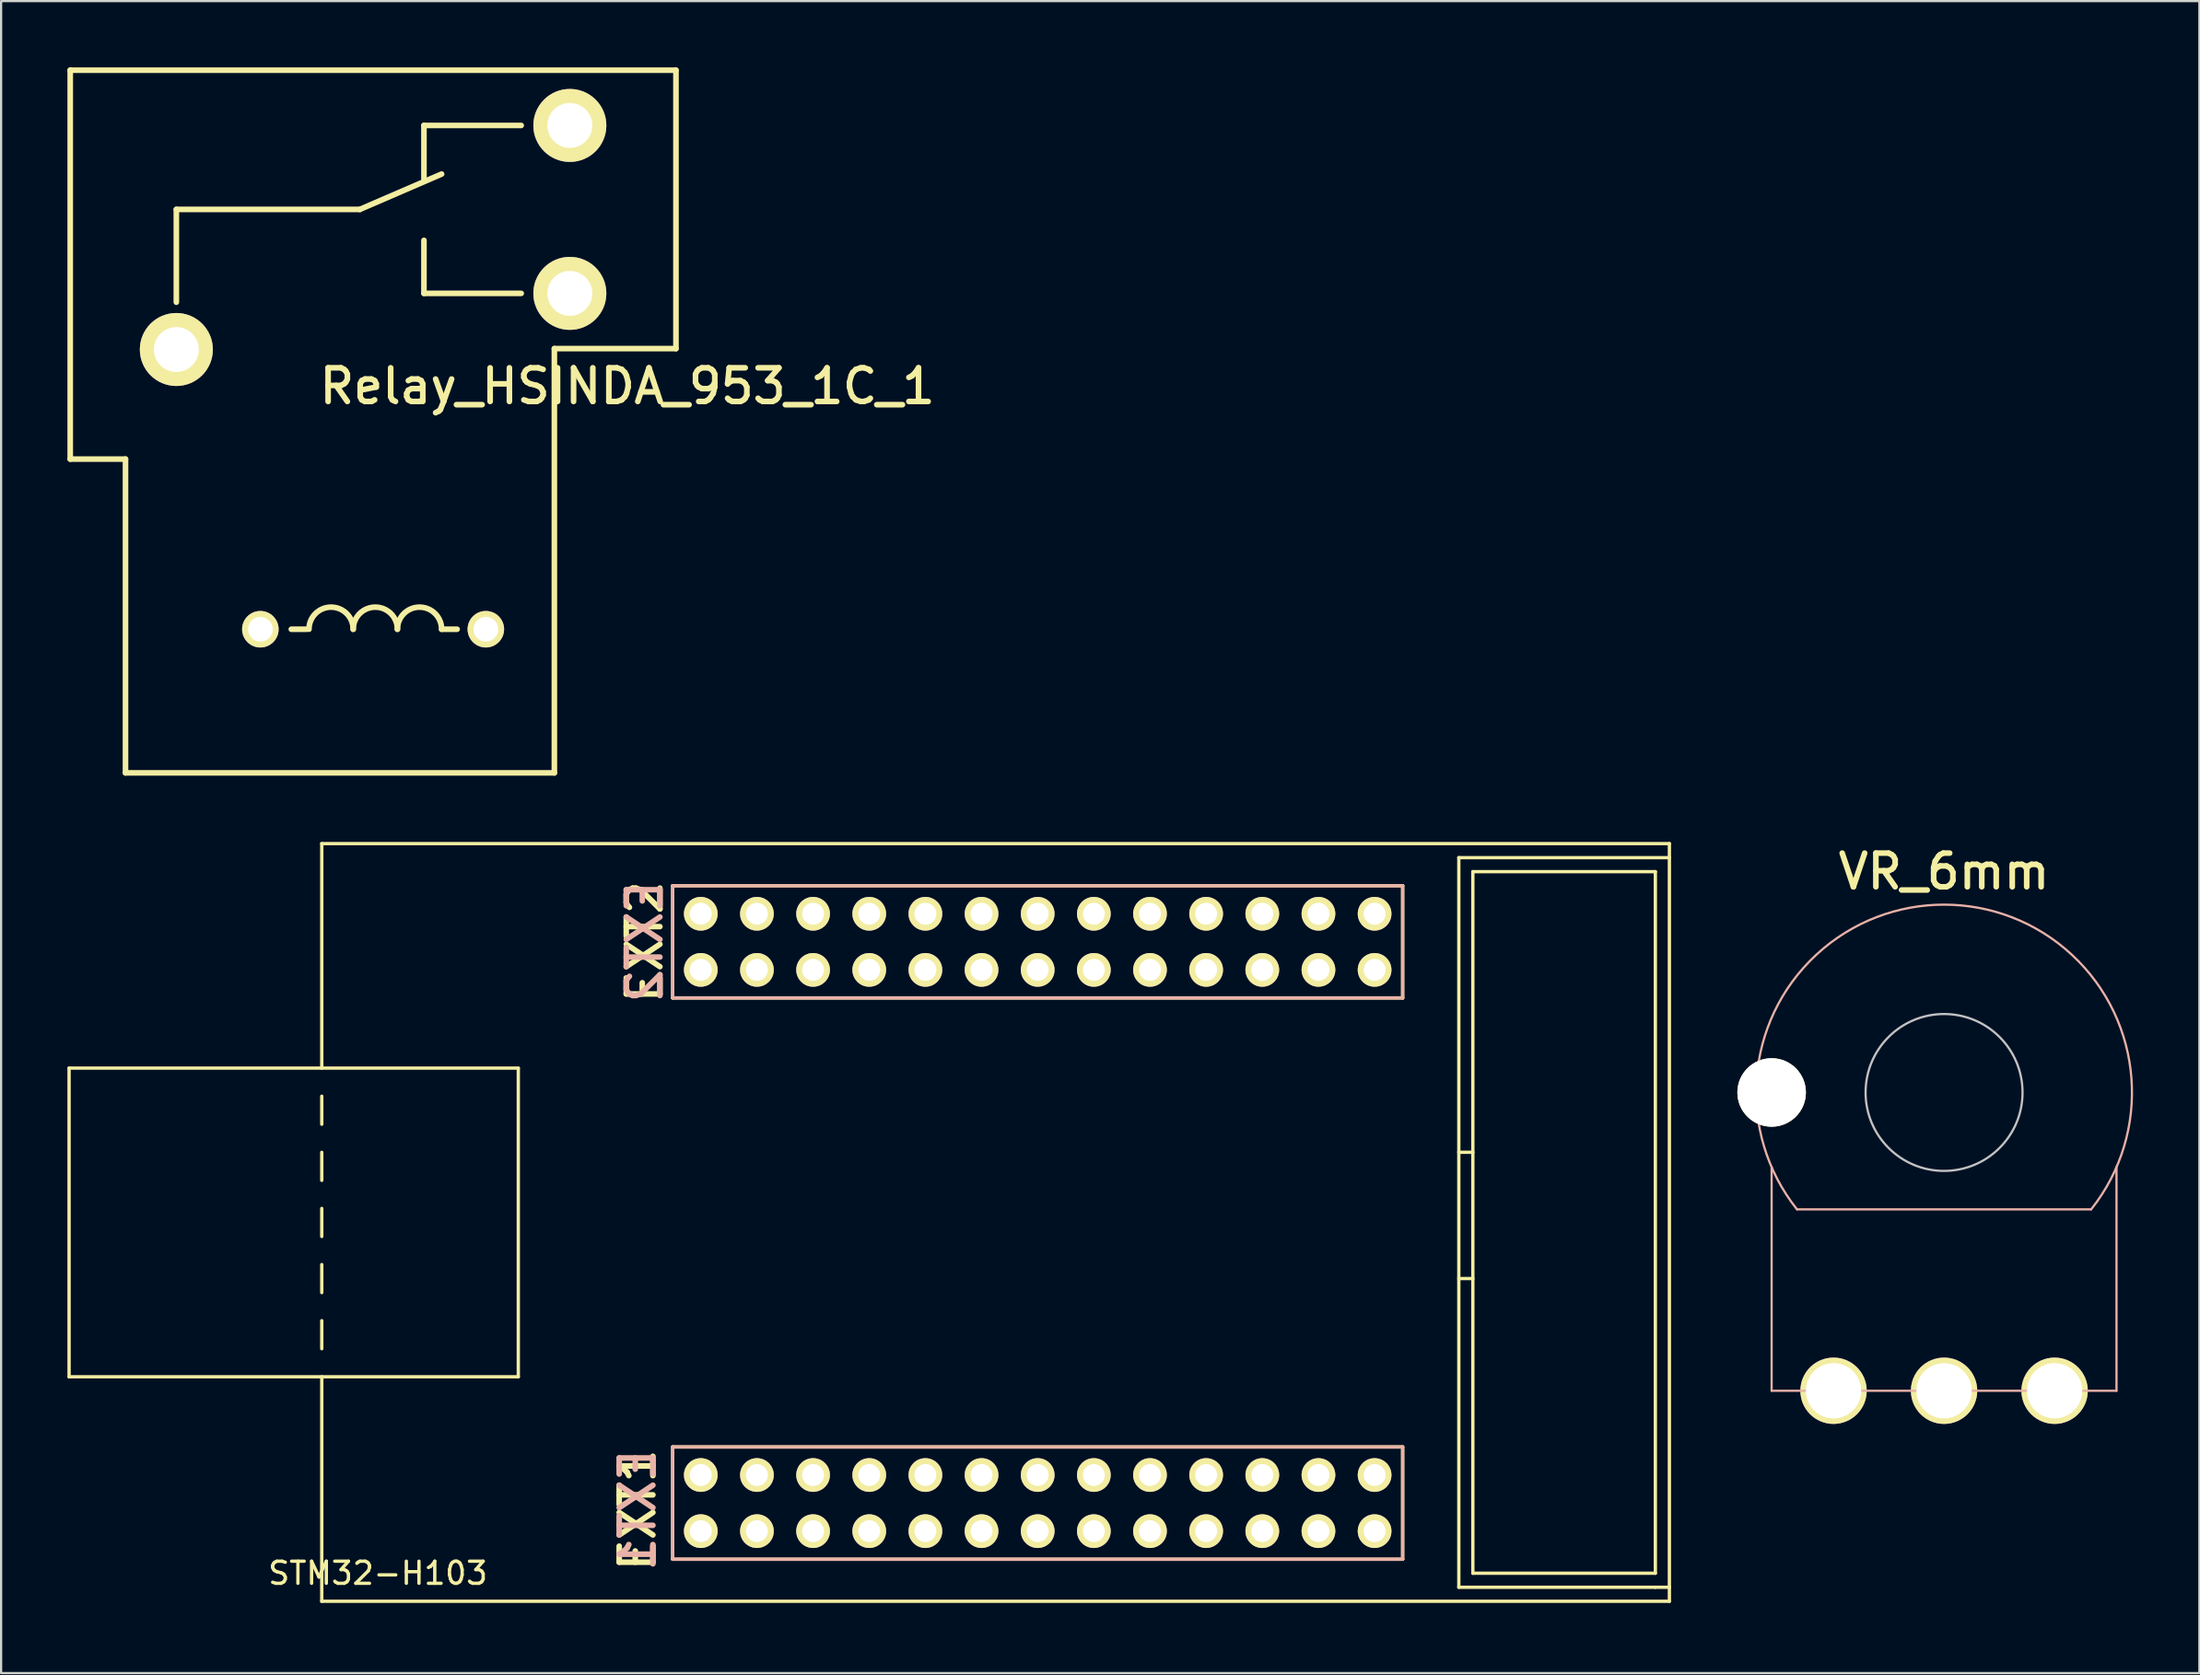
<source format=kicad_pcb>
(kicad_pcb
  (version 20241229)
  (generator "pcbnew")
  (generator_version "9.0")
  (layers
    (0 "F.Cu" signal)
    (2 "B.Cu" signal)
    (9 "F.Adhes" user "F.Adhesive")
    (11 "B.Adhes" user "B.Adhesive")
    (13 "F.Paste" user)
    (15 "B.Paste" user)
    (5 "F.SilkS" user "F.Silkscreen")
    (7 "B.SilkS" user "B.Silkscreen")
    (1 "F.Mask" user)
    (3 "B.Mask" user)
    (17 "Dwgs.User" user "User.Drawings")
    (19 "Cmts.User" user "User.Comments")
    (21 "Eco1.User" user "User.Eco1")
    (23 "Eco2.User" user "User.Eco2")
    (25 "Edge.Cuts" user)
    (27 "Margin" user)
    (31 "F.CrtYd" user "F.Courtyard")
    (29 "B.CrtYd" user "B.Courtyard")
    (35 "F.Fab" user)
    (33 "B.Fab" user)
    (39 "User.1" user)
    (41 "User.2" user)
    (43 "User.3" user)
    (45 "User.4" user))
  (footprint "VR_6mm"
    (layer "F.Cu")
    (at 84.89 46.391)
    (property "Reference" "VR_6mm" (at 0 -10 0) (layer "F.SilkS") (effects (font (size 1.524 1.524) (thickness 0.254))))
    (attr smd)
    (fp_line (start -7.8 3.378) (end -7.8 13.5) (stroke (width 0.1) (type solid)) (layer "B.SilkS"))
    (fp_line (start -6.651 5.292) (end 6.651 5.292) (stroke (width 0.1) (type solid)) (layer "B.SilkS"))
    (fp_line (start 0 13.5) (end -7.8 13.5) (stroke (width 0.1) (type solid)) (layer "B.SilkS"))
    (fp_line (start 0 13.5) (end 7.8 13.5) (stroke (width 0.1) (type solid)) (layer "B.SilkS"))
    (fp_line (start 7.8 3.378) (end 7.8 13.5) (stroke (width 0.1) (type solid)) (layer "B.SilkS"))
    (fp_arc (start -6.653063 5.290251) (mid 0.001435 -8.5) (end 6.651276 5.292498) (stroke (width 0.1) (type solid)) (layer "B.SilkS"))
    (fp_circle (center 0 0) (end 3.55 0) (stroke (width 0.1) (type solid)) (fill no) (layer "Dwgs.User"))
    (pad "" np_thru_hole circle (at -7.8 0) (size 3.1 3.1) (drill 3.1) (layers "*.Cu" "*.Mask" "F.SilkS"))
    (pad "1" thru_hole circle (at -5 13.5) (size 3 3) (drill 2.5) (layers "*.Cu" "*.Mask" "F.SilkS"))
    (pad "2" thru_hole circle (at 0 13.5) (size 3 3) (drill 2.5) (layers "*.Cu" "*.Mask" "F.SilkS"))
    (pad "3" thru_hole circle (at 5 13.5) (size 3 3) (drill 2.5) (layers "*.Cu" "*.Mask" "F.SilkS")))
  (footprint "Relay_HSINDA_953_1C_1"
    (layer "F.Cu")
    (at 22.727 10.227)
    (property "Reference" "Relay_HSINDA_953_1C_1" (at 2.6 4.2 0) (layer "F.SilkS") (effects (font (size 1.524 1.524) (thickness 0.254))))
    (attr through_hole)
    (fp_line (start -22.6 -10.1) (end -22.6 7.5) (stroke (width 0.254) (type solid)) (layer "F.SilkS"))
    (fp_line (start -22.6 7.5) (end -20.1 7.5) (stroke (width 0.254) (type solid)) (layer "F.SilkS"))
    (fp_line (start -20.1 7.5) (end -20.1 21.7) (stroke (width 0.254) (type solid)) (layer "F.SilkS"))
    (fp_line (start -20.1 21.7) (end -0.7 21.7) (stroke (width 0.254) (type solid)) (layer "F.SilkS"))
    (fp_line (start -17.8 -3.8) (end -9.5 -3.8) (stroke (width 0.254) (type solid)) (layer "F.SilkS"))
    (fp_line (start -17.8 0.4) (end -17.8 -3.8) (stroke (width 0.254) (type solid)) (layer "F.SilkS"))
    (fp_line (start -11.9 15.2) (end -12.6 15.2) (stroke (width 0.254) (type solid)) (layer "F.SilkS"))
    (fp_line (start -9.5 -3.8) (end -5.8 -5.4) (stroke (width 0.254) (type solid)) (layer "F.SilkS"))
    (fp_line (start -6.6 -7.6) (end -6.6 -5.2) (stroke (width 0.254) (type solid)) (layer "F.SilkS"))
    (fp_line (start -6.6 -2.4) (end -6.6 0) (stroke (width 0.254) (type solid)) (layer "F.SilkS"))
    (fp_line (start -5.1 15.2) (end -5.8 15.2) (stroke (width 0.254) (type solid)) (layer "F.SilkS"))
    (fp_line (start -2.2 -7.6) (end -6.6 -7.6) (stroke (width 0.254) (type solid)) (layer "F.SilkS"))
    (fp_line (start -2.2 0) (end -6.6 0) (stroke (width 0.254) (type solid)) (layer "F.SilkS"))
    (fp_line (start -0.7 2.5) (end 4.8 2.5) (stroke (width 0.254) (type solid)) (layer "F.SilkS"))
    (fp_line (start -0.7 21.7) (end -0.7 2.5) (stroke (width 0.254) (type solid)) (layer "F.SilkS"))
    (fp_line (start 4.8 -10.1) (end -22.6 -10.1) (stroke (width 0.254) (type solid)) (layer "F.SilkS"))
    (fp_line (start 4.8 2.5) (end 4.8 -10.1) (stroke (width 0.254) (type solid)) (layer "F.SilkS"))
    (fp_arc (start -11.8 15.2) (mid -10.8 14.2) (end -9.8 15.2) (stroke (width 0.254) (type solid)) (layer "F.SilkS"))
    (fp_arc (start -9.8 15.2) (mid -8.8 14.2) (end -7.8 15.2) (stroke (width 0.254) (type solid)) (layer "F.SilkS"))
    (fp_arc (start -7.8 15.2) (mid -6.8 14.2) (end -5.8 15.2) (stroke (width 0.254) (type solid)) (layer "F.SilkS"))
    (pad "1" thru_hole circle (at -3.8 15.2 270) (size 1.651 1.651) (drill 1.118) (layers "*.Cu" "*.Mask" "F.SilkS"))
    (pad "2" thru_hole circle (at -14 15.2 90) (size 1.651 1.651) (drill 1.118) (layers "*.Cu" "*.Mask" "F.SilkS"))
    (pad "3" thru_hole circle (at 0 0) (size 3.302 3.302) (drill 2.032) (layers "*.Cu" "*.Mask" "F.SilkS"))
    (pad "4" thru_hole circle (at 0 -7.6) (size 3.302 3.302) (drill 2.032) (layers "*.Cu" "*.Mask" "F.SilkS"))
    (pad "5" thru_hole circle (at -17.8 2.54) (size 3.302 3.302) (drill 2.032) (layers "*.Cu" "*.Mask" "F.SilkS")))
  (footprint "STM32-H103"
    (layer "F.Cu")
    (at 11.505 69.419)
    (property "Reference" "STM32-H103" (at 2.54 -1.27 0) (layer "F.SilkS") (effects (font (size 1 1) (thickness 0.15))))
    (attr through_hole)
    (fp_line (start -11.43 -24.13) (end -11.43 -10.16) (stroke (width 0.15) (type solid)) (layer "F.SilkS"))
    (fp_line (start -11.43 -24.13) (end 8.89 -24.13) (stroke (width 0.15) (type solid)) (layer "F.SilkS"))
    (fp_line (start 0 -34.29) (end 60.96 -34.29) (stroke (width 0.15) (type solid)) (layer "F.SilkS"))
    (fp_line (start 0 -24.13) (end 0 -34.29) (stroke (width 0.15) (type solid)) (layer "F.SilkS"))
    (fp_line (start 0 -22.86) (end 0 -21.59) (stroke (width 0.15) (type solid)) (layer "F.SilkS"))
    (fp_line (start 0 -20.32) (end 0 -19.05) (stroke (width 0.15) (type solid)) (layer "F.SilkS"))
    (fp_line (start 0 -17.78) (end 0 -16.51) (stroke (width 0.15) (type solid)) (layer "F.SilkS"))
    (fp_line (start 0 -15.24) (end 0 -13.97) (stroke (width 0.15) (type solid)) (layer "F.SilkS"))
    (fp_line (start 0 -12.7) (end 0 -11.43) (stroke (width 0.15) (type solid)) (layer "F.SilkS"))
    (fp_line (start 0 0) (end 0 -10.16) (stroke (width 0.15) (type solid)) (layer "F.SilkS"))
    (fp_line (start 8.89 -24.13) (end 8.89 -10.16) (stroke (width 0.15) (type solid)) (layer "F.SilkS"))
    (fp_line (start 8.89 -10.16) (end -11.43 -10.16) (stroke (width 0.15) (type solid)) (layer "F.SilkS"))
    (fp_line (start 15.875 -32.385) (end 15.875 -27.305) (stroke (width 0.15) (type solid)) (layer "F.SilkS"))
    (fp_line (start 15.875 -27.305) (end 48.895 -27.305) (stroke (width 0.15) (type solid)) (layer "F.SilkS"))
    (fp_line (start 15.875 -6.985) (end 15.875 -1.905) (stroke (width 0.15) (type solid)) (layer "F.SilkS"))
    (fp_line (start 15.875 -1.905) (end 48.895 -1.905) (stroke (width 0.15) (type solid)) (layer "F.SilkS"))
    (fp_line (start 48.895 -32.385) (end 15.875 -32.385) (stroke (width 0.15) (type solid)) (layer "F.SilkS"))
    (fp_line (start 48.895 -27.305) (end 48.895 -32.385) (stroke (width 0.15) (type solid)) (layer "F.SilkS"))
    (fp_line (start 48.895 -6.985) (end 15.875 -6.985) (stroke (width 0.15) (type solid)) (layer "F.SilkS"))
    (fp_line (start 48.895 -1.905) (end 48.895 -6.985) (stroke (width 0.15) (type solid)) (layer "F.SilkS"))
    (fp_line (start 51.435 -33.655) (end 51.435 -0.635) (stroke (width 0.15) (type solid)) (layer "F.SilkS"))
    (fp_line (start 51.435 -20.32) (end 52.07 -20.32) (stroke (width 0.15) (type solid)) (layer "F.SilkS"))
    (fp_line (start 51.435 -0.635) (end 60.325 -0.635) (stroke (width 0.15) (type solid)) (layer "F.SilkS"))
    (fp_line (start 52.07 -33.02) (end 52.07 -1.27) (stroke (width 0.15) (type solid)) (layer "F.SilkS"))
    (fp_line (start 52.07 -14.605) (end 51.435 -14.605) (stroke (width 0.15) (type solid)) (layer "F.SilkS"))
    (fp_line (start 52.07 -1.27) (end 60.325 -1.27) (stroke (width 0.15) (type solid)) (layer "F.SilkS"))
    (fp_line (start 60.325 -33.02) (end 52.07 -33.02) (stroke (width 0.15) (type solid)) (layer "F.SilkS"))
    (fp_line (start 60.325 -1.27) (end 60.325 -33.02) (stroke (width 0.15) (type solid)) (layer "F.SilkS"))
    (fp_line (start 60.325 -0.635) (end 60.96 -0.635) (stroke (width 0.15) (type solid)) (layer "F.SilkS"))
    (fp_line (start 60.96 -34.29) (end 60.96 0) (stroke (width 0.15) (type solid)) (layer "F.SilkS"))
    (fp_line (start 60.96 -33.655) (end 51.435 -33.655) (stroke (width 0.15) (type solid)) (layer "F.SilkS"))
    (fp_line (start 60.96 0) (end 0 0) (stroke (width 0.15) (type solid)) (layer "F.SilkS"))
    (fp_line (start 15.875 -32.385) (end 48.895 -32.385) (stroke (width 0.15) (type solid)) (layer "B.SilkS"))
    (fp_line (start 15.875 -27.305) (end 15.875 -32.385) (stroke (width 0.15) (type solid)) (layer "B.SilkS"))
    (fp_line (start 15.875 -6.985) (end 48.895 -6.985) (stroke (width 0.15) (type solid)) (layer "B.SilkS"))
    (fp_line (start 15.875 -1.905) (end 15.875 -6.985) (stroke (width 0.15) (type solid)) (layer "B.SilkS"))
    (fp_line (start 48.895 -32.385) (end 48.895 -27.305) (stroke (width 0.15) (type solid)) (layer "B.SilkS"))
    (fp_line (start 48.895 -27.305) (end 15.875 -27.305) (stroke (width 0.15) (type solid)) (layer "B.SilkS"))
    (fp_line (start 48.895 -6.985) (end 48.895 -1.905) (stroke (width 0.15) (type solid)) (layer "B.SilkS"))
    (fp_line (start 48.895 -1.905) (end 15.875 -1.905) (stroke (width 0.15) (type solid)) (layer "B.SilkS"))
    (fp_text user "EXT1" (at 14.287 -4.128 90) (layer "F.SilkS") (effects (font (size 1.524 1.524) (thickness 0.254))))
    (fp_text user "EXT2" (at 14.605 -29.845 90) (layer "F.SilkS") (effects (font (size 1.524 1.524) (thickness 0.25))))
    (fp_text user "EXT1" (at 14.287 -4.128 90) (layer "B.SilkS") (effects (font (size 1.524 1.524) (thickness 0.254)) (justify mirror)))
    (fp_text user "EXT2" (at 14.605 -29.845 90) (layer "B.SilkS") (effects (font (size 1.524 1.524) (thickness 0.25)) (justify mirror)))
    (pad "1" thru_hole circle (at 17.145 -5.715) (size 1.524 1.524) (drill 0.991) (layers "*.Cu" "*.Mask" "F.SilkS"))
    (pad "2" thru_hole circle (at 17.145 -3.175) (size 1.524 1.524) (drill 0.991) (layers "*.Cu" "*.Mask" "F.SilkS"))
    (pad "3" thru_hole circle (at 19.685 -5.715) (size 1.524 1.524) (drill 0.991) (layers "*.Cu" "*.Mask" "F.SilkS"))
    (pad "4" thru_hole circle (at 19.685 -3.175) (size 1.524 1.524) (drill 0.991) (layers "*.Cu" "*.Mask" "F.SilkS"))
    (pad "5" thru_hole circle (at 22.225 -5.715) (size 1.524 1.524) (drill 0.991) (layers "*.Cu" "*.Mask" "F.SilkS"))
    (pad "6" thru_hole circle (at 22.225 -3.175) (size 1.524 1.524) (drill 0.991) (layers "*.Cu" "*.Mask" "F.SilkS"))
    (pad "7" thru_hole circle (at 24.765 -5.715) (size 1.524 1.524) (drill 0.991) (layers "*.Cu" "*.Mask" "F.SilkS"))
    (pad "8" thru_hole circle (at 24.765 -3.175) (size 1.524 1.524) (drill 0.991) (layers "*.Cu" "*.Mask" "F.SilkS"))
    (pad "9" thru_hole circle (at 27.305 -5.715) (size 1.524 1.524) (drill 0.991) (layers "*.Cu" "*.Mask" "F.SilkS"))
    (pad "10" thru_hole circle (at 27.305 -3.175) (size 1.524 1.524) (drill 0.991) (layers "*.Cu" "*.Mask" "F.SilkS"))
    (pad "11" thru_hole circle (at 29.845 -5.715) (size 1.524 1.524) (drill 0.991) (layers "*.Cu" "*.Mask" "F.SilkS"))
    (pad "12" thru_hole circle (at 29.845 -3.175) (size 1.524 1.524) (drill 0.991) (layers "*.Cu" "*.Mask" "F.SilkS"))
    (pad "13" thru_hole circle (at 32.385 -5.715) (size 1.524 1.524) (drill 0.991) (layers "*.Cu" "*.Mask" "F.SilkS"))
    (pad "14" thru_hole circle (at 32.385 -3.175) (size 1.524 1.524) (drill 0.991) (layers "*.Cu" "*.Mask" "F.SilkS"))
    (pad "15" thru_hole circle (at 34.925 -5.715) (size 1.524 1.524) (drill 0.991) (layers "*.Cu" "*.Mask" "F.SilkS"))
    (pad "16" thru_hole circle (at 34.925 -3.175) (size 1.524 1.524) (drill 0.991) (layers "*.Cu" "*.Mask" "F.SilkS"))
    (pad "17" thru_hole circle (at 37.465 -5.715) (size 1.524 1.524) (drill 0.991) (layers "*.Cu" "*.Mask" "F.SilkS"))
    (pad "18" thru_hole circle (at 37.465 -3.175) (size 1.524 1.524) (drill 0.991) (layers "*.Cu" "*.Mask" "F.SilkS"))
    (pad "19" thru_hole circle (at 40.005 -5.715) (size 1.524 1.524) (drill 0.991) (layers "*.Cu" "*.Mask" "F.SilkS"))
    (pad "20" thru_hole circle (at 40.005 -3.175) (size 1.524 1.524) (drill 0.991) (layers "*.Cu" "*.Mask" "F.SilkS"))
    (pad "21" thru_hole circle (at 42.545 -5.715) (size 1.524 1.524) (drill 0.991) (layers "*.Cu" "*.Mask" "F.SilkS"))
    (pad "22" thru_hole circle (at 42.545 -3.175) (size 1.524 1.524) (drill 0.991) (layers "*.Cu" "*.Mask" "F.SilkS"))
    (pad "23" thru_hole circle (at 45.085 -5.715) (size 1.524 1.524) (drill 0.991) (layers "*.Cu" "*.Mask" "F.SilkS"))
    (pad "24" thru_hole circle (at 45.085 -3.175) (size 1.524 1.524) (drill 0.991) (layers "*.Cu" "*.Mask" "F.SilkS"))
    (pad "25" thru_hole circle (at 47.625 -5.715) (size 1.524 1.524) (drill 0.991) (layers "*.Cu" "*.Mask" "F.SilkS"))
    (pad "26" thru_hole circle (at 47.625 -3.175) (size 1.524 1.524) (drill 0.991) (layers "*.Cu" "*.Mask" "F.SilkS"))
    (pad "27" thru_hole circle (at 47.625 -28.575) (size 1.524 1.524) (drill 0.991) (layers "*.Cu" "*.Mask" "F.SilkS"))
    (pad "28" thru_hole circle (at 47.625 -31.115) (size 1.524 1.524) (drill 0.991) (layers "*.Cu" "*.Mask" "F.SilkS"))
    (pad "29" thru_hole circle (at 45.085 -28.575) (size 1.524 1.524) (drill 0.991) (layers "*.Cu" "*.Mask" "F.SilkS"))
    (pad "30" thru_hole circle (at 45.085 -31.115) (size 1.524 1.524) (drill 0.991) (layers "*.Cu" "*.Mask" "F.SilkS"))
    (pad "31" thru_hole circle (at 42.545 -28.575) (size 1.524 1.524) (drill 0.991) (layers "*.Cu" "*.Mask" "F.SilkS"))
    (pad "32" thru_hole circle (at 42.545 -31.115) (size 1.524 1.524) (drill 0.991) (layers "*.Cu" "*.Mask" "F.SilkS"))
    (pad "33" thru_hole circle (at 40.005 -28.575) (size 1.524 1.524) (drill 0.991) (layers "*.Cu" "*.Mask" "F.SilkS"))
    (pad "34" thru_hole circle (at 40.005 -31.115) (size 1.524 1.524) (drill 0.991) (layers "*.Cu" "*.Mask" "F.SilkS"))
    (pad "35" thru_hole circle (at 37.465 -28.575) (size 1.524 1.524) (drill 0.991) (layers "*.Cu" "*.Mask" "F.SilkS"))
    (pad "36" thru_hole circle (at 37.465 -31.115) (size 1.524 1.524) (drill 0.991) (layers "*.Cu" "*.Mask" "F.SilkS"))
    (pad "37" thru_hole circle (at 34.925 -28.575) (size 1.524 1.524) (drill 0.991) (layers "*.Cu" "*.Mask" "F.SilkS"))
    (pad "38" thru_hole circle (at 34.925 -31.115) (size 1.524 1.524) (drill 0.991) (layers "*.Cu" "*.Mask" "F.SilkS"))
    (pad "39" thru_hole circle (at 32.385 -28.575) (size 1.524 1.524) (drill 0.991) (layers "*.Cu" "*.Mask" "F.SilkS"))
    (pad "40" thru_hole circle (at 32.385 -31.115) (size 1.524 1.524) (drill 0.991) (layers "*.Cu" "*.Mask" "F.SilkS"))
    (pad "41" thru_hole circle (at 29.845 -28.575) (size 1.524 1.524) (drill 0.991) (layers "*.Cu" "*.Mask" "F.SilkS"))
    (pad "42" thru_hole circle (at 29.845 -31.115) (size 1.524 1.524) (drill 0.991) (layers "*.Cu" "*.Mask" "F.SilkS"))
    (pad "43" thru_hole circle (at 27.305 -28.575) (size 1.524 1.524) (drill 0.991) (layers "*.Cu" "*.Mask" "F.SilkS"))
    (pad "44" thru_hole circle (at 27.305 -31.115) (size 1.524 1.524) (drill 0.991) (layers "*.Cu" "*.Mask" "F.SilkS"))
    (pad "45" thru_hole circle (at 24.765 -28.575) (size 1.524 1.524) (drill 0.991) (layers "*.Cu" "*.Mask" "F.SilkS"))
    (pad "46" thru_hole circle (at 24.765 -31.115) (size 1.524 1.524) (drill 0.991) (layers "*.Cu" "*.Mask" "F.SilkS"))
    (pad "47" thru_hole circle (at 22.225 -28.575) (size 1.524 1.524) (drill 0.991) (layers "*.Cu" "*.Mask" "F.SilkS"))
    (pad "48" thru_hole circle (at 22.225 -31.115) (size 1.524 1.524) (drill 0.991) (layers "*.Cu" "*.Mask" "F.SilkS"))
    (pad "49" thru_hole circle (at 19.685 -28.575) (size 1.524 1.524) (drill 0.991) (layers "*.Cu" "*.Mask" "F.SilkS"))
    (pad "50" thru_hole circle (at 19.685 -31.115) (size 1.524 1.524) (drill 0.991) (layers "*.Cu" "*.Mask" "F.SilkS"))
    (pad "51" thru_hole circle (at 17.145 -28.575) (size 1.524 1.524) (drill 0.991) (layers "*.Cu" "*.Mask" "F.SilkS"))
    (pad "52" thru_hole circle (at 17.145 -31.115) (size 1.524 1.524) (drill 0.991) (layers "*.Cu" "*.Mask" "F.SilkS")))
  (gr_rect
    (start -3 -3)
    (end 96.44 72.669)
    (stroke (width 0.1) (type default))
    (fill no)
    (layer "Edge.Cuts")))
</source>
